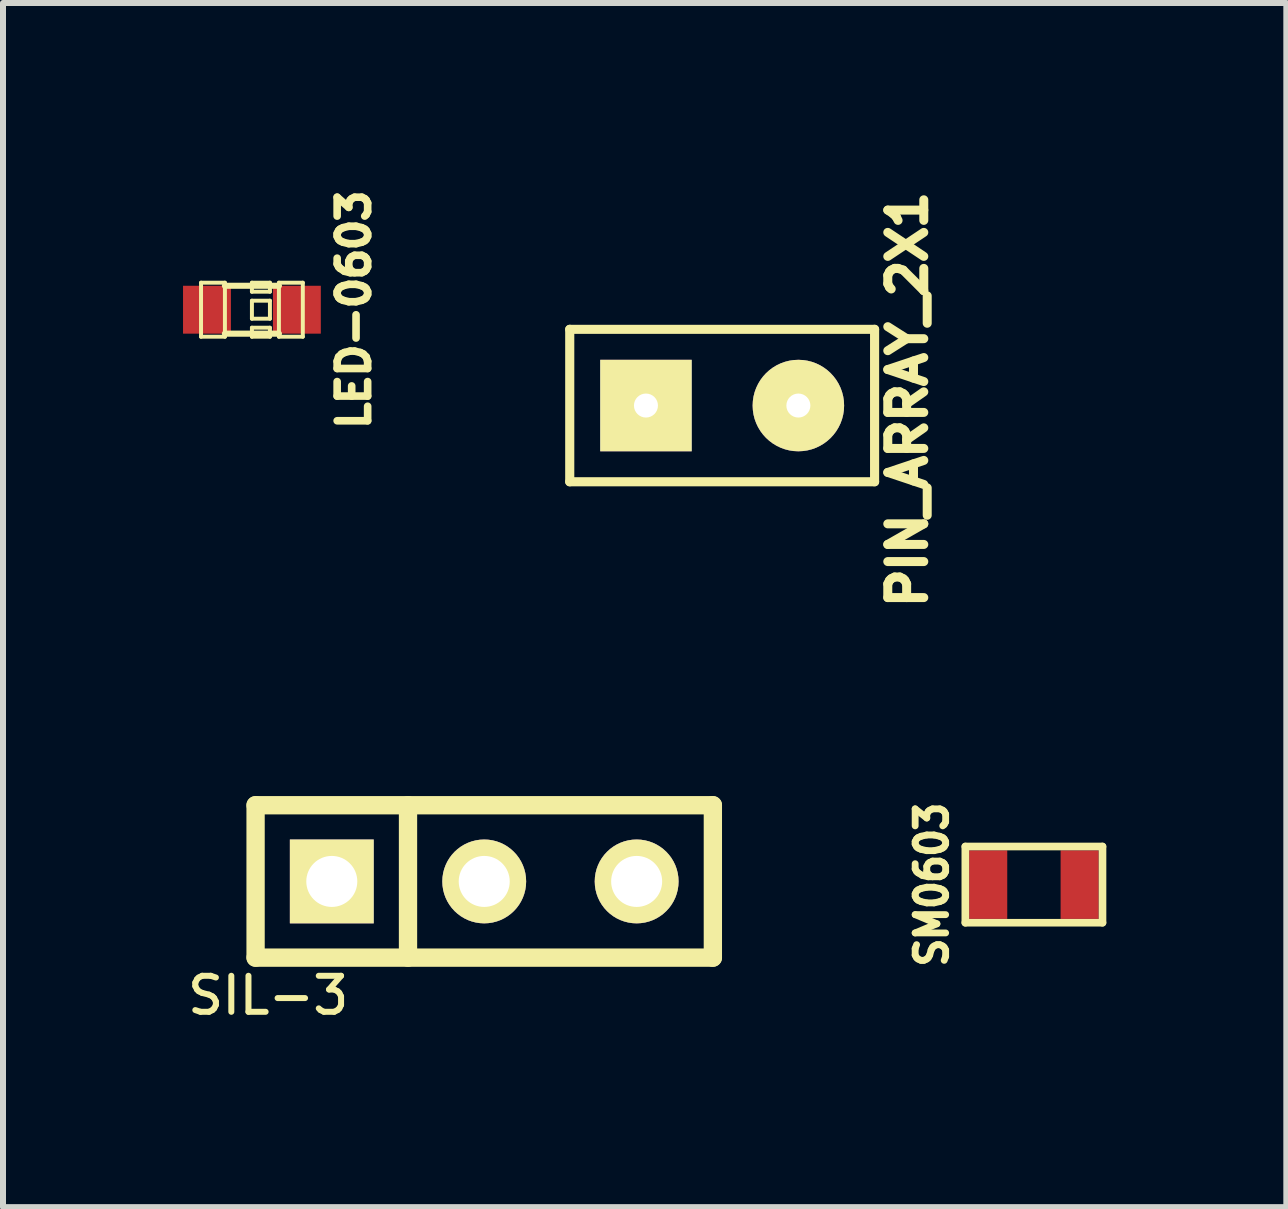
<source format=kicad_pcb>
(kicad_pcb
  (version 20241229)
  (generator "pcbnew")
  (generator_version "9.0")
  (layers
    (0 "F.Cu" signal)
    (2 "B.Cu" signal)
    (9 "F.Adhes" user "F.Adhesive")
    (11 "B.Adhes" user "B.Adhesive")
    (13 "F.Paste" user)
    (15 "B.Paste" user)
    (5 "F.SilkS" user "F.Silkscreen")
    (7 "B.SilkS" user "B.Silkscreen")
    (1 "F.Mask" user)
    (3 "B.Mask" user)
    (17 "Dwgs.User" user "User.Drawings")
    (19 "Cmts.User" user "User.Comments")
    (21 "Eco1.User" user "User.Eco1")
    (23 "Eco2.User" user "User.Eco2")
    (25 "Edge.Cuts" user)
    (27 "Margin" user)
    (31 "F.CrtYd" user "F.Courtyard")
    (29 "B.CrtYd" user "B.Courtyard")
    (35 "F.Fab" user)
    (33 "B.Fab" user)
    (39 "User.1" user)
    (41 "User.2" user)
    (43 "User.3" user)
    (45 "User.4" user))
  (footprint "SM0603"
    (layer "F.Cu")
    (at 14.179 11.691)
    (property "Reference" "SM0603" (at -1.7 0 90) (layer "F.SilkS") (effects (font (size 0.508 0.457) (thickness 0.114))))
    (attr smd)
    (fp_line (start -1.143 -0.635) (end 1.143 -0.635) (stroke (width 0.127) (type solid)) (layer "F.SilkS"))
    (fp_line (start -1.143 0.635) (end -1.143 -0.635) (stroke (width 0.127) (type solid)) (layer "F.SilkS"))
    (fp_line (start 1.143 -0.635) (end 1.143 0.635) (stroke (width 0.127) (type solid)) (layer "F.SilkS"))
    (fp_line (start 1.143 0.635) (end -1.143 0.635) (stroke (width 0.127) (type solid)) (layer "F.SilkS"))
    (pad "1" smd rect (at -0.762 0) (size 0.635 1.143) (layers "F.Cu" "F.Mask" "F.Paste"))
    (pad "2" smd rect (at 0.762 0) (size 0.635 1.143) (layers "F.Cu" "F.Mask" "F.Paste")))
  (footprint "LED-0603"
    (layer "F.Cu")
    (at 1.148 2.111)
    (property "Reference" "LED-0603" (at 1.7 0 90) (layer "F.SilkS") (effects (font (size 0.508 0.508) (thickness 0.127))))
    (attr smd)
    (fp_line (start -0.848 -0.45) (end -0.848 0.45) (stroke (width 0.066) (type solid)) (layer "F.SilkS"))
    (fp_line (start -0.848 -0.45) (end -0.45 -0.45) (stroke (width 0.066) (type solid)) (layer "F.SilkS"))
    (fp_line (start -0.848 0.45) (end -0.45 0.45) (stroke (width 0.066) (type solid)) (layer "F.SilkS"))
    (fp_line (start -0.45 -0.45) (end -0.45 0.45) (stroke (width 0.066) (type solid)) (layer "F.SilkS"))
    (fp_line (start 0 -0.45) (end 0 -0.3) (stroke (width 0.066) (type solid)) (layer "F.SilkS"))
    (fp_line (start 0 -0.45) (end 0.3 -0.45) (stroke (width 0.066) (type solid)) (layer "F.SilkS"))
    (fp_line (start 0 -0.3) (end 0.3 -0.3) (stroke (width 0.066) (type solid)) (layer "F.SilkS"))
    (fp_line (start 0 -0.15) (end 0 0.15) (stroke (width 0.066) (type solid)) (layer "F.SilkS"))
    (fp_line (start 0 -0.15) (end 0.3 -0.15) (stroke (width 0.066) (type solid)) (layer "F.SilkS"))
    (fp_line (start 0 0.15) (end 0.3 0.15) (stroke (width 0.066) (type solid)) (layer "F.SilkS"))
    (fp_line (start 0 0.3) (end 0 0.45) (stroke (width 0.066) (type solid)) (layer "F.SilkS"))
    (fp_line (start 0 0.3) (end 0.3 0.3) (stroke (width 0.066) (type solid)) (layer "F.SilkS"))
    (fp_line (start 0 0.45) (end 0.3 0.45) (stroke (width 0.066) (type solid)) (layer "F.SilkS"))
    (fp_line (start 0.3 -0.45) (end 0.3 -0.3) (stroke (width 0.066) (type solid)) (layer "F.SilkS"))
    (fp_line (start 0.3 -0.15) (end 0.3 0.15) (stroke (width 0.066) (type solid)) (layer "F.SilkS"))
    (fp_line (start 0.3 0.3) (end 0.3 0.45) (stroke (width 0.066) (type solid)) (layer "F.SilkS"))
    (fp_line (start 0.45 -0.45) (end 0.45 0.45) (stroke (width 0.066) (type solid)) (layer "F.SilkS"))
    (fp_line (start 0.45 -0.45) (end 0.848 -0.45) (stroke (width 0.066) (type solid)) (layer "F.SilkS"))
    (fp_line (start 0.45 -0.399) (end -0.45 -0.399) (stroke (width 0.102) (type solid)) (layer "F.SilkS"))
    (fp_line (start 0.45 0.399) (end -0.45 0.399) (stroke (width 0.102) (type solid)) (layer "F.SilkS"))
    (fp_line (start 0.45 0.45) (end 0.848 0.45) (stroke (width 0.066) (type solid)) (layer "F.SilkS"))
    (fp_line (start 0.848 -0.45) (end 0.848 0.45) (stroke (width 0.066) (type solid)) (layer "F.SilkS"))
    (pad "1" smd rect (at -0.749 0) (size 0.798 0.798) (layers "F.Cu" "F.Mask" "F.Paste"))
    (pad "2" smd rect (at 0.749 0) (size 0.798 0.798) (layers "F.Cu" "F.Mask" "F.Paste")))
  (footprint "SIL-3"
    (layer "F.Cu")
    (at 5.019 11.638)
    (property "Reference" "SIL-3" (at -3.6 1.9 0) (layer "F.SilkS") (effects (font (size 0.6 0.6) (thickness 0.1))))
    (attr through_hole)
    (fp_line (start -3.81 -1.27) (end 3.81 -1.27) (stroke (width 0.305) (type solid)) (layer "F.SilkS"))
    (fp_line (start -3.81 1.27) (end -3.81 -1.27) (stroke (width 0.305) (type solid)) (layer "F.SilkS"))
    (fp_line (start -1.27 -1.27) (end -1.27 1.27) (stroke (width 0.305) (type solid)) (layer "F.SilkS"))
    (fp_line (start 3.81 -1.27) (end 3.81 1.27) (stroke (width 0.305) (type solid)) (layer "F.SilkS"))
    (fp_line (start 3.81 1.27) (end -3.81 1.27) (stroke (width 0.305) (type solid)) (layer "F.SilkS"))
    (pad "1" thru_hole rect (at -2.54 0) (size 1.397 1.397) (drill 0.85) (layers "*.Cu" "*.Mask" "F.SilkS"))
    (pad "2" thru_hole circle (at 0 0) (size 1.397 1.397) (drill 0.85) (layers "*.Cu" "*.Mask" "F.SilkS"))
    (pad "3" thru_hole circle (at 2.54 0) (size 1.397 1.397) (drill 0.85) (layers "*.Cu" "*.Mask" "F.SilkS")))
  (footprint "PIN_ARRAY_2X1"
    (layer "F.Cu")
    (at 8.984 3.708)
    (property "Reference" "PIN_ARRAY_2X1" (at 3.09 -0.1 90) (layer "F.SilkS") (effects (font (size 0.6 0.6) (thickness 0.15))))
    (attr through_hole)
    (fp_line (start -2.54 -1.27) (end 2.54 -1.27) (stroke (width 0.152) (type solid)) (layer "F.SilkS"))
    (fp_line (start -2.54 1.27) (end -2.54 -1.27) (stroke (width 0.152) (type solid)) (layer "F.SilkS"))
    (fp_line (start 2.54 -1.27) (end 2.54 1.27) (stroke (width 0.152) (type solid)) (layer "F.SilkS"))
    (fp_line (start 2.54 1.27) (end -2.54 1.27) (stroke (width 0.152) (type solid)) (layer "F.SilkS"))
    (pad "1" thru_hole rect (at -1.27 0) (size 1.524 1.524) (drill 0.4) (layers "*.Cu" "*.Mask" "F.SilkS"))
    (pad "2" thru_hole circle (at 1.27 0) (size 1.524 1.524) (drill 0.4) (layers "*.Cu" "*.Mask" "F.SilkS")))
  (gr_rect
    (start -3 -3)
    (end 18.385 17.065)
    (stroke (width 0.1) (type default))
    (fill no)
    (layer "Edge.Cuts")))
</source>
